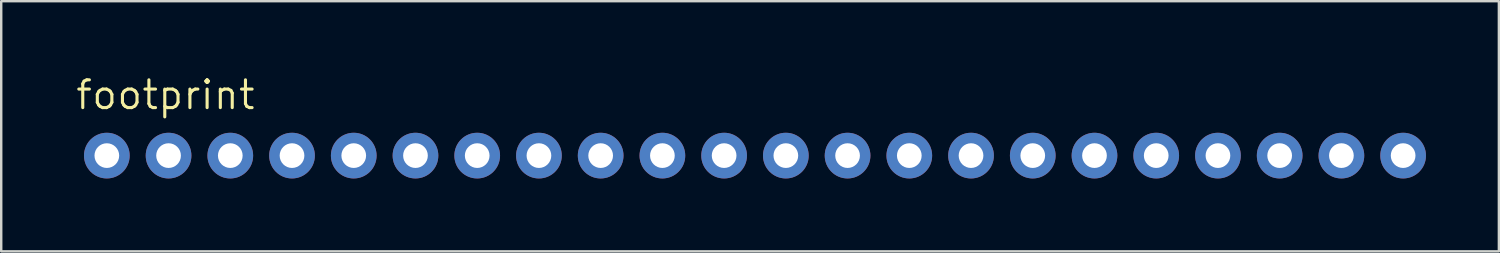
<source format=kicad_pcb>
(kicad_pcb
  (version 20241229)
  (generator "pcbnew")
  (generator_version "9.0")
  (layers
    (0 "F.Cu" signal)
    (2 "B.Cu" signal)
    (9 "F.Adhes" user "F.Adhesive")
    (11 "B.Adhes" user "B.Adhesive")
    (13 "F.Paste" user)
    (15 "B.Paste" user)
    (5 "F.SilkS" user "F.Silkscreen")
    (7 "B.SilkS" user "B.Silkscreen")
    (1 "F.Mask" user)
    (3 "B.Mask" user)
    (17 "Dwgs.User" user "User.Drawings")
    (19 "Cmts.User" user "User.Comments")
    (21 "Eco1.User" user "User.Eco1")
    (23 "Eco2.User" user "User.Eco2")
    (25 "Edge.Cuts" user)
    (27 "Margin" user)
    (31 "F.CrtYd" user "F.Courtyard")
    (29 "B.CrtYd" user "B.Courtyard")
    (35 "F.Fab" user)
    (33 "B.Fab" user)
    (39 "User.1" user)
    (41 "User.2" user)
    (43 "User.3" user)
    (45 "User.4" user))
  (footprint "footprint"
    (layer "F.Cu")
    (at 1.346 3.353)
    (property "Reference" "footprint" (at -1.346 -1.829 0) (layer "F.SilkS") (effects (font (size 1.143 1.143) (thickness 0.127)) (justify left bottom)))
    (fp_poly (pts (xy -0.254 0.254) (xy 0.254 0.254) (xy 0.254 -0.254) (xy -0.254 -0.254)) (stroke (width 0.1) (type solid)) (fill no) (layer "F.Fab"))
    (fp_poly (pts (xy 2.286 0.254) (xy 2.794 0.254) (xy 2.794 -0.254) (xy 2.286 -0.254)) (stroke (width 0.1) (type solid)) (fill no) (layer "F.Fab"))
    (fp_poly (pts (xy 4.826 0.254) (xy 5.334 0.254) (xy 5.334 -0.254) (xy 4.826 -0.254)) (stroke (width 0.1) (type solid)) (fill no) (layer "F.Fab"))
    (fp_poly (pts (xy 7.366 0.254) (xy 7.874 0.254) (xy 7.874 -0.254) (xy 7.366 -0.254)) (stroke (width 0.1) (type solid)) (fill no) (layer "F.Fab"))
    (fp_poly (pts (xy 9.906 0.254) (xy 10.414 0.254) (xy 10.414 -0.254) (xy 9.906 -0.254)) (stroke (width 0.1) (type solid)) (fill no) (layer "F.Fab"))
    (fp_poly (pts (xy 12.446 0.254) (xy 12.954 0.254) (xy 12.954 -0.254) (xy 12.446 -0.254)) (stroke (width 0.1) (type solid)) (fill no) (layer "F.Fab"))
    (fp_poly (pts (xy 14.986 0.254) (xy 15.494 0.254) (xy 15.494 -0.254) (xy 14.986 -0.254)) (stroke (width 0.1) (type solid)) (fill no) (layer "F.Fab"))
    (fp_poly (pts (xy 17.526 0.254) (xy 18.034 0.254) (xy 18.034 -0.254) (xy 17.526 -0.254)) (stroke (width 0.1) (type solid)) (fill no) (layer "F.Fab"))
    (fp_poly (pts (xy 20.066 0.254) (xy 20.574 0.254) (xy 20.574 -0.254) (xy 20.066 -0.254)) (stroke (width 0.1) (type solid)) (fill no) (layer "F.Fab"))
    (fp_poly (pts (xy 22.606 0.254) (xy 23.114 0.254) (xy 23.114 -0.254) (xy 22.606 -0.254)) (stroke (width 0.1) (type solid)) (fill no) (layer "F.Fab"))
    (fp_poly (pts (xy 25.146 0.254) (xy 25.654 0.254) (xy 25.654 -0.254) (xy 25.146 -0.254)) (stroke (width 0.1) (type solid)) (fill no) (layer "F.Fab"))
    (fp_poly (pts (xy 27.686 0.254) (xy 28.194 0.254) (xy 28.194 -0.254) (xy 27.686 -0.254)) (stroke (width 0.1) (type solid)) (fill no) (layer "F.Fab"))
    (fp_poly (pts (xy 30.226 0.254) (xy 30.734 0.254) (xy 30.734 -0.254) (xy 30.226 -0.254)) (stroke (width 0.1) (type solid)) (fill no) (layer "F.Fab"))
    (fp_poly (pts (xy 32.766 0.254) (xy 33.274 0.254) (xy 33.274 -0.254) (xy 32.766 -0.254)) (stroke (width 0.1) (type solid)) (fill no) (layer "F.Fab"))
    (fp_poly (pts (xy 35.306 0.254) (xy 35.814 0.254) (xy 35.814 -0.254) (xy 35.306 -0.254)) (stroke (width 0.1) (type solid)) (fill no) (layer "F.Fab"))
    (fp_poly (pts (xy 37.846 0.254) (xy 38.354 0.254) (xy 38.354 -0.254) (xy 37.846 -0.254)) (stroke (width 0.1) (type solid)) (fill no) (layer "F.Fab"))
    (fp_poly (pts (xy 40.386 0.254) (xy 40.894 0.254) (xy 40.894 -0.254) (xy 40.386 -0.254)) (stroke (width 0.1) (type solid)) (fill no) (layer "F.Fab"))
    (fp_poly (pts (xy 42.926 0.254) (xy 43.434 0.254) (xy 43.434 -0.254) (xy 42.926 -0.254)) (stroke (width 0.1) (type solid)) (fill no) (layer "F.Fab"))
    (fp_poly (pts (xy 45.466 0.254) (xy 45.974 0.254) (xy 45.974 -0.254) (xy 45.466 -0.254)) (stroke (width 0.1) (type solid)) (fill no) (layer "F.Fab"))
    (fp_poly (pts (xy 48.006 0.254) (xy 48.514 0.254) (xy 48.514 -0.254) (xy 48.006 -0.254)) (stroke (width 0.1) (type solid)) (fill no) (layer "F.Fab"))
    (fp_poly (pts (xy 50.546 0.254) (xy 51.054 0.254) (xy 51.054 -0.254) (xy 50.546 -0.254)) (stroke (width 0.1) (type solid)) (fill no) (layer "F.Fab"))
    (fp_poly (pts (xy 53.086 0.254) (xy 53.594 0.254) (xy 53.594 -0.254) (xy 53.086 -0.254)) (stroke (width 0.1) (type solid)) (fill no) (layer "F.Fab"))
    (pad "1" thru_hole circle (at 0 0 90) (size 1.88 1.88) (drill 1.016) (layers "*.Cu" "*.Mask"))
    (pad "2" thru_hole circle (at 2.54 0 90) (size 1.88 1.88) (drill 1.016) (layers "*.Cu" "*.Mask"))
    (pad "3" thru_hole circle (at 5.08 0 90) (size 1.88 1.88) (drill 1.016) (layers "*.Cu" "*.Mask"))
    (pad "4" thru_hole circle (at 7.62 0 90) (size 1.88 1.88) (drill 1.016) (layers "*.Cu" "*.Mask"))
    (pad "5" thru_hole circle (at 10.16 0 90) (size 1.88 1.88) (drill 1.016) (layers "*.Cu" "*.Mask"))
    (pad "6" thru_hole circle (at 12.7 0 90) (size 1.88 1.88) (drill 1.016) (layers "*.Cu" "*.Mask"))
    (pad "7" thru_hole circle (at 15.24 0 90) (size 1.88 1.88) (drill 1.016) (layers "*.Cu" "*.Mask"))
    (pad "8" thru_hole circle (at 17.78 0 90) (size 1.88 1.88) (drill 1.016) (layers "*.Cu" "*.Mask"))
    (pad "9" thru_hole circle (at 20.32 0 90) (size 1.88 1.88) (drill 1.016) (layers "*.Cu" "*.Mask"))
    (pad "10" thru_hole circle (at 22.86 0 90) (size 1.88 1.88) (drill 1.016) (layers "*.Cu" "*.Mask"))
    (pad "11" thru_hole circle (at 25.4 0 90) (size 1.88 1.88) (drill 1.016) (layers "*.Cu" "*.Mask"))
    (pad "12" thru_hole circle (at 27.94 0 90) (size 1.88 1.88) (drill 1.016) (layers "*.Cu" "*.Mask"))
    (pad "13" thru_hole circle (at 30.48 0 90) (size 1.88 1.88) (drill 1.016) (layers "*.Cu" "*.Mask"))
    (pad "14" thru_hole circle (at 33.02 0 90) (size 1.88 1.88) (drill 1.016) (layers "*.Cu" "*.Mask"))
    (pad "15" thru_hole circle (at 35.56 0 90) (size 1.88 1.88) (drill 1.016) (layers "*.Cu" "*.Mask"))
    (pad "16" thru_hole circle (at 38.1 0 90) (size 1.88 1.88) (drill 1.016) (layers "*.Cu" "*.Mask"))
    (pad "17" thru_hole circle (at 40.64 0 90) (size 1.88 1.88) (drill 1.016) (layers "*.Cu" "*.Mask"))
    (pad "18" thru_hole circle (at 43.18 0 90) (size 1.88 1.88) (drill 1.016) (layers "*.Cu" "*.Mask"))
    (pad "19" thru_hole circle (at 45.72 0 90) (size 1.88 1.88) (drill 1.016) (layers "*.Cu" "*.Mask"))
    (pad "20" thru_hole circle (at 48.26 0 90) (size 1.88 1.88) (drill 1.016) (layers "*.Cu" "*.Mask"))
    (pad "21" thru_hole circle (at 50.8 0 90) (size 1.88 1.88) (drill 1.016) (layers "*.Cu" "*.Mask"))
    (pad "22" thru_hole circle (at 53.34 0 90) (size 1.88 1.88) (drill 1.016) (layers "*.Cu" "*.Mask")))
  (gr_rect
    (start -3 -3)
    (end 58.626 7.293)
    (stroke (width 0.1) (type default))
    (fill no)
    (layer "Edge.Cuts")))
</source>
